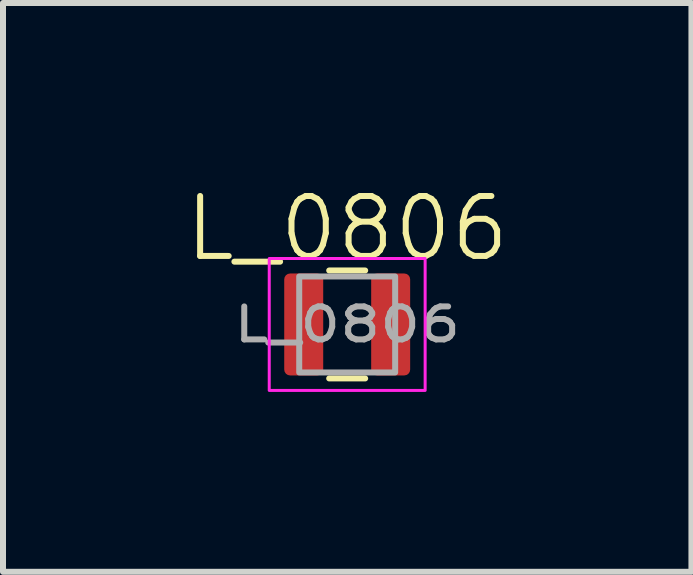
<source format=kicad_pcb>
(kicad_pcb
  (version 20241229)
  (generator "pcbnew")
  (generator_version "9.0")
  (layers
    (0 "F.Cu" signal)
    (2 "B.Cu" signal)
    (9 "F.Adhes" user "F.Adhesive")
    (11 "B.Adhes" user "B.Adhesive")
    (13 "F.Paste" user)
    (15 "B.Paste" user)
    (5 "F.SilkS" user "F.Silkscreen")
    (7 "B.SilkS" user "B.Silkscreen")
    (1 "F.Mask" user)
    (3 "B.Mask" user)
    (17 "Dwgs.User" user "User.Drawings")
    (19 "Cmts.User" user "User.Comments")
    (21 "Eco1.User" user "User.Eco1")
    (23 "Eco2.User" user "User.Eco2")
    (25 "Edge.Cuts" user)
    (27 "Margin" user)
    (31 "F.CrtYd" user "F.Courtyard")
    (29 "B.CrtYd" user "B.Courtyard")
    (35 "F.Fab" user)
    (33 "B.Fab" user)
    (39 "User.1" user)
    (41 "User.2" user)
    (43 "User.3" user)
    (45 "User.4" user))
  (footprint "L_0806"
    (layer "F.Cu")
    (at 2.74 2.361)
    (property "Reference" "L_0806" (at 0 -1.6 0) (unlocked yes) (layer "F.SilkS") (effects (font (size 1 1) (thickness 0.1))))
    (attr smd)
    (fp_line (start -0.3 -0.9) (end 0.3 -0.9) (stroke (width 0.1) (type default)) (layer "F.SilkS"))
    (fp_line (start -0.3 0.9) (end 0.3 0.9) (stroke (width 0.1) (type default)) (layer "F.SilkS"))
    (fp_rect (start -1.3 -1.1) (end 1.3 1.1) (stroke (width 0.05) (type solid)) (fill no) (layer "F.CrtYd"))
    (fp_rect (start -0.8 -0.8) (end 0.8 0.8) (stroke (width 0.1) (type solid)) (fill no) (layer "F.Fab"))
    (fp_text user "${REFERENCE}" (at 0 0 0) (unlocked yes) (layer "F.Fab") (effects (font (size 0.55 0.7) (thickness 0.1))))
    (pad "1" smd roundrect (at -0.725 0) (size 0.65 1.7) (layers "F.Cu" "F.Mask" "F.Paste") (roundrect_rratio 0.15))
    (pad "2" smd roundrect (at 0.725 0) (size 0.65 1.7) (layers "F.Cu" "F.Mask" "F.Paste") (roundrect_rratio 0.15)))
  (gr_rect
    (start -3 -3)
    (end 8.481 6.486)
    (stroke (width 0.1) (type default))
    (fill no)
    (layer "Edge.Cuts")))
</source>
